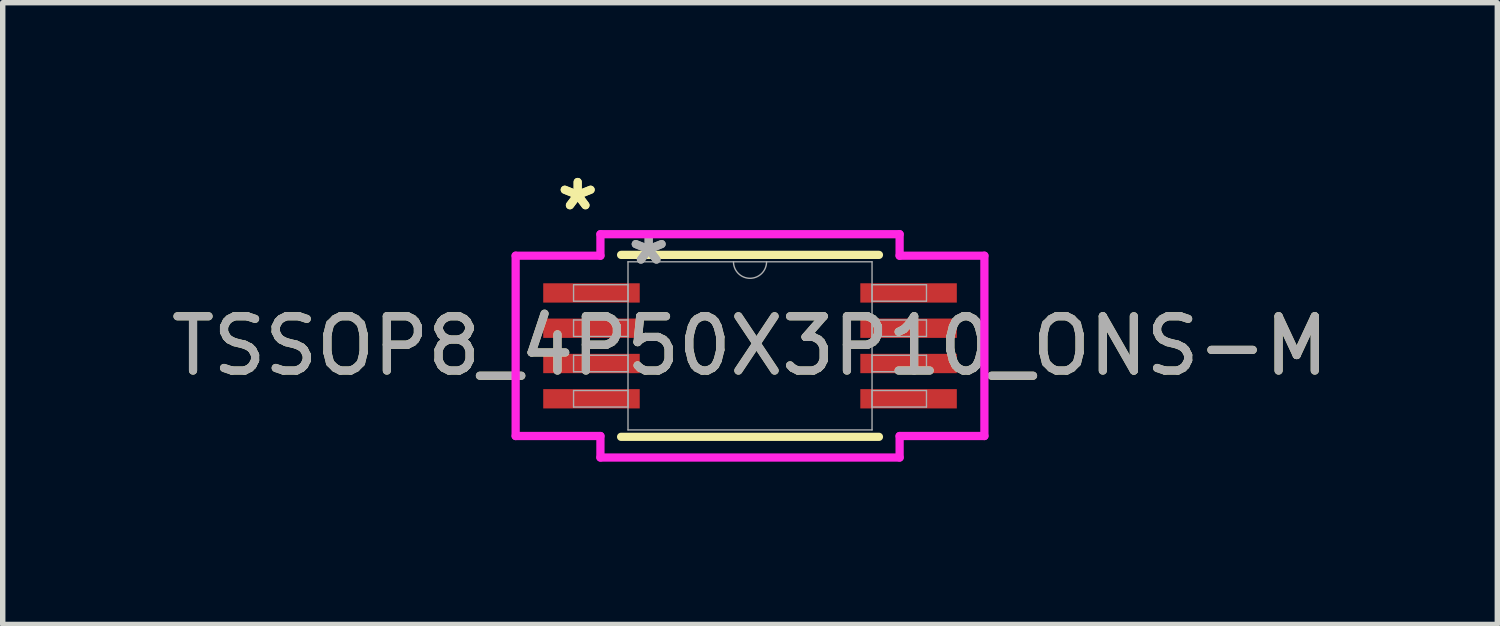
<source format=kicad_pcb>
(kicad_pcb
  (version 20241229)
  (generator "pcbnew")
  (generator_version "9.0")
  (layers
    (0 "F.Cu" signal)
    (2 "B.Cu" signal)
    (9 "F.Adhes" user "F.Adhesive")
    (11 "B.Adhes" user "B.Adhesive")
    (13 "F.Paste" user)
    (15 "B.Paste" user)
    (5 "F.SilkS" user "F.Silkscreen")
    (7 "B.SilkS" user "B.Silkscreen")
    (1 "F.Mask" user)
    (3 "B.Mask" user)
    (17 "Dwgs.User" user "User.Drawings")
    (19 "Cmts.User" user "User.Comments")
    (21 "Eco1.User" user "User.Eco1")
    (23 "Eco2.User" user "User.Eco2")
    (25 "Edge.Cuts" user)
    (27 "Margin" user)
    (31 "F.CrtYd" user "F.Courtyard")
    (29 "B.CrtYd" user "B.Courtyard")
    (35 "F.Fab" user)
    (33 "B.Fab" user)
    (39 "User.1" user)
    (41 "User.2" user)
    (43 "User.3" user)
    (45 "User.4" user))
  (footprint "TSSOP8_4P50X3P10_ONS-M"
    (layer "F.Cu")
    (at 10.768 3.322)
    (property "Reference" "TSSOP8_4P50X3P10_ONS-M" (at 0 0 0) (unlocked yes) (layer "F.SilkS") (effects (font (size 1 1) (thickness 0.15))))
    (attr smd)
    (fp_line (start -2.375 1.676) (end 2.375 1.676) (stroke (width 0.152) (type solid)) (layer "F.SilkS"))
    (fp_line (start 2.375 -1.676) (end -2.375 -1.676) (stroke (width 0.152) (type solid)) (layer "F.SilkS"))
    (fp_line (start -4.318 -1.661) (end -2.756 -1.661) (stroke (width 0.152) (type solid)) (layer "F.CrtYd"))
    (fp_line (start -4.318 1.661) (end -4.318 -1.661) (stroke (width 0.152) (type solid)) (layer "F.CrtYd"))
    (fp_line (start -4.318 1.661) (end -2.756 1.661) (stroke (width 0.152) (type solid)) (layer "F.CrtYd"))
    (fp_line (start -2.756 -2.057) (end 2.756 -2.057) (stroke (width 0.152) (type solid)) (layer "F.CrtYd"))
    (fp_line (start -2.756 -1.661) (end -2.756 -2.057) (stroke (width 0.152) (type solid)) (layer "F.CrtYd"))
    (fp_line (start -2.756 2.057) (end -2.756 1.661) (stroke (width 0.152) (type solid)) (layer "F.CrtYd"))
    (fp_line (start 2.756 -2.057) (end 2.756 -1.661) (stroke (width 0.152) (type solid)) (layer "F.CrtYd"))
    (fp_line (start 2.756 1.661) (end 2.756 2.057) (stroke (width 0.152) (type solid)) (layer "F.CrtYd"))
    (fp_line (start 2.756 2.057) (end -2.756 2.057) (stroke (width 0.152) (type solid)) (layer "F.CrtYd"))
    (fp_line (start 4.318 -1.661) (end 2.756 -1.661) (stroke (width 0.152) (type solid)) (layer "F.CrtYd"))
    (fp_line (start 4.318 -1.661) (end 4.318 1.661) (stroke (width 0.152) (type solid)) (layer "F.CrtYd"))
    (fp_line (start 4.318 1.661) (end 2.756 1.661) (stroke (width 0.152) (type solid)) (layer "F.CrtYd"))
    (fp_line (start -3.251 -1.127) (end -3.251 -0.823) (stroke (width 0.025) (type solid)) (layer "F.Fab"))
    (fp_line (start -3.251 -0.823) (end -2.248 -0.823) (stroke (width 0.025) (type solid)) (layer "F.Fab"))
    (fp_line (start -3.251 -0.477) (end -3.251 -0.173) (stroke (width 0.025) (type solid)) (layer "F.Fab"))
    (fp_line (start -3.251 -0.173) (end -2.248 -0.173) (stroke (width 0.025) (type solid)) (layer "F.Fab"))
    (fp_line (start -3.251 0.173) (end -3.251 0.477) (stroke (width 0.025) (type solid)) (layer "F.Fab"))
    (fp_line (start -3.251 0.477) (end -2.248 0.477) (stroke (width 0.025) (type solid)) (layer "F.Fab"))
    (fp_line (start -3.251 0.823) (end -3.251 1.127) (stroke (width 0.025) (type solid)) (layer "F.Fab"))
    (fp_line (start -3.251 1.127) (end -2.248 1.127) (stroke (width 0.025) (type solid)) (layer "F.Fab"))
    (fp_line (start -2.248 -1.549) (end -2.248 1.549) (stroke (width 0.025) (type solid)) (layer "F.Fab"))
    (fp_line (start -2.248 -1.127) (end -3.251 -1.127) (stroke (width 0.025) (type solid)) (layer "F.Fab"))
    (fp_line (start -2.248 -0.823) (end -2.248 -1.127) (stroke (width 0.025) (type solid)) (layer "F.Fab"))
    (fp_line (start -2.248 -0.477) (end -3.251 -0.477) (stroke (width 0.025) (type solid)) (layer "F.Fab"))
    (fp_line (start -2.248 -0.173) (end -2.248 -0.477) (stroke (width 0.025) (type solid)) (layer "F.Fab"))
    (fp_line (start -2.248 0.173) (end -3.251 0.173) (stroke (width 0.025) (type solid)) (layer "F.Fab"))
    (fp_line (start -2.248 0.477) (end -2.248 0.173) (stroke (width 0.025) (type solid)) (layer "F.Fab"))
    (fp_line (start -2.248 0.823) (end -3.251 0.823) (stroke (width 0.025) (type solid)) (layer "F.Fab"))
    (fp_line (start -2.248 1.127) (end -2.248 0.823) (stroke (width 0.025) (type solid)) (layer "F.Fab"))
    (fp_line (start -2.248 1.549) (end 2.248 1.549) (stroke (width 0.025) (type solid)) (layer "F.Fab"))
    (fp_line (start 2.248 -1.549) (end -2.248 -1.549) (stroke (width 0.025) (type solid)) (layer "F.Fab"))
    (fp_line (start 2.248 -1.127) (end 2.248 -0.823) (stroke (width 0.025) (type solid)) (layer "F.Fab"))
    (fp_line (start 2.248 -0.823) (end 3.251 -0.823) (stroke (width 0.025) (type solid)) (layer "F.Fab"))
    (fp_line (start 2.248 -0.477) (end 2.248 -0.173) (stroke (width 0.025) (type solid)) (layer "F.Fab"))
    (fp_line (start 2.248 -0.173) (end 3.251 -0.173) (stroke (width 0.025) (type solid)) (layer "F.Fab"))
    (fp_line (start 2.248 0.173) (end 2.248 0.477) (stroke (width 0.025) (type solid)) (layer "F.Fab"))
    (fp_line (start 2.248 0.477) (end 3.251 0.477) (stroke (width 0.025) (type solid)) (layer "F.Fab"))
    (fp_line (start 2.248 0.823) (end 2.248 1.127) (stroke (width 0.025) (type solid)) (layer "F.Fab"))
    (fp_line (start 2.248 1.127) (end 3.251 1.127) (stroke (width 0.025) (type solid)) (layer "F.Fab"))
    (fp_line (start 2.248 1.549) (end 2.248 -1.549) (stroke (width 0.025) (type solid)) (layer "F.Fab"))
    (fp_line (start 3.251 -1.127) (end 2.248 -1.127) (stroke (width 0.025) (type solid)) (layer "F.Fab"))
    (fp_line (start 3.251 -0.823) (end 3.251 -1.127) (stroke (width 0.025) (type solid)) (layer "F.Fab"))
    (fp_line (start 3.251 -0.477) (end 2.248 -0.477) (stroke (width 0.025) (type solid)) (layer "F.Fab"))
    (fp_line (start 3.251 -0.173) (end 3.251 -0.477) (stroke (width 0.025) (type solid)) (layer "F.Fab"))
    (fp_line (start 3.251 0.173) (end 2.248 0.173) (stroke (width 0.025) (type solid)) (layer "F.Fab"))
    (fp_line (start 3.251 0.477) (end 3.251 0.173) (stroke (width 0.025) (type solid)) (layer "F.Fab"))
    (fp_line (start 3.251 0.823) (end 2.248 0.823) (stroke (width 0.025) (type solid)) (layer "F.Fab"))
    (fp_line (start 3.251 1.127) (end 3.251 0.823) (stroke (width 0.025) (type solid)) (layer "F.Fab"))
    (fp_arc (start 0.3048 -1.5494) (mid 0 -1.2446) (end -0.3048 -1.5494) (stroke (width 0.0254) (type solid)) (layer "F.Fab"))
    (fp_text user "*" (at -3.175 -2.474 0) (layer "F.SilkS") (effects (font (size 1 1) (thickness 0.15))))
    (fp_text user "*" (at -3.175 -2.474 0) (unlocked yes) (layer "F.SilkS") (effects (font (size 1 1) (thickness 0.15))))
    (fp_text user "*" (at -1.867 -1.473 0) (unlocked yes) (layer "F.Fab") (effects (font (size 1 1) (thickness 0.15))))
    (fp_text user "*" (at -1.867 -1.473 0) (layer "F.Fab") (effects (font (size 1 1) (thickness 0.15))))
    (fp_text user "${REFERENCE}" (at 0 0 0) (unlocked yes) (layer "F.Fab") (effects (font (size 1 1) (thickness 0.15))))
    (pad "1" smd rect (at -2.921 -0.975) (size 1.778 0.356) (layers "F.Cu" "F.Mask" "F.Paste"))
    (pad "2" smd rect (at -2.921 -0.325) (size 1.778 0.356) (layers "F.Cu" "F.Mask" "F.Paste"))
    (pad "3" smd rect (at -2.921 0.325) (size 1.778 0.356) (layers "F.Cu" "F.Mask" "F.Paste"))
    (pad "4" smd rect (at -2.921 0.975) (size 1.778 0.356) (layers "F.Cu" "F.Mask" "F.Paste"))
    (pad "5" smd rect (at 2.921 0.975) (size 1.778 0.356) (layers "F.Cu" "F.Mask" "F.Paste"))
    (pad "6" smd rect (at 2.921 0.325) (size 1.778 0.356) (layers "F.Cu" "F.Mask" "F.Paste"))
    (pad "7" smd rect (at 2.921 -0.325) (size 1.778 0.356) (layers "F.Cu" "F.Mask" "F.Paste"))
    (pad "8" smd rect (at 2.921 -0.975) (size 1.778 0.356) (layers "F.Cu" "F.Mask" "F.Paste")))
  (gr_rect
    (start -3 -3)
    (end 24.536 8.455)
    (stroke (width 0.1) (type default))
    (fill no)
    (layer "Edge.Cuts")))
</source>
